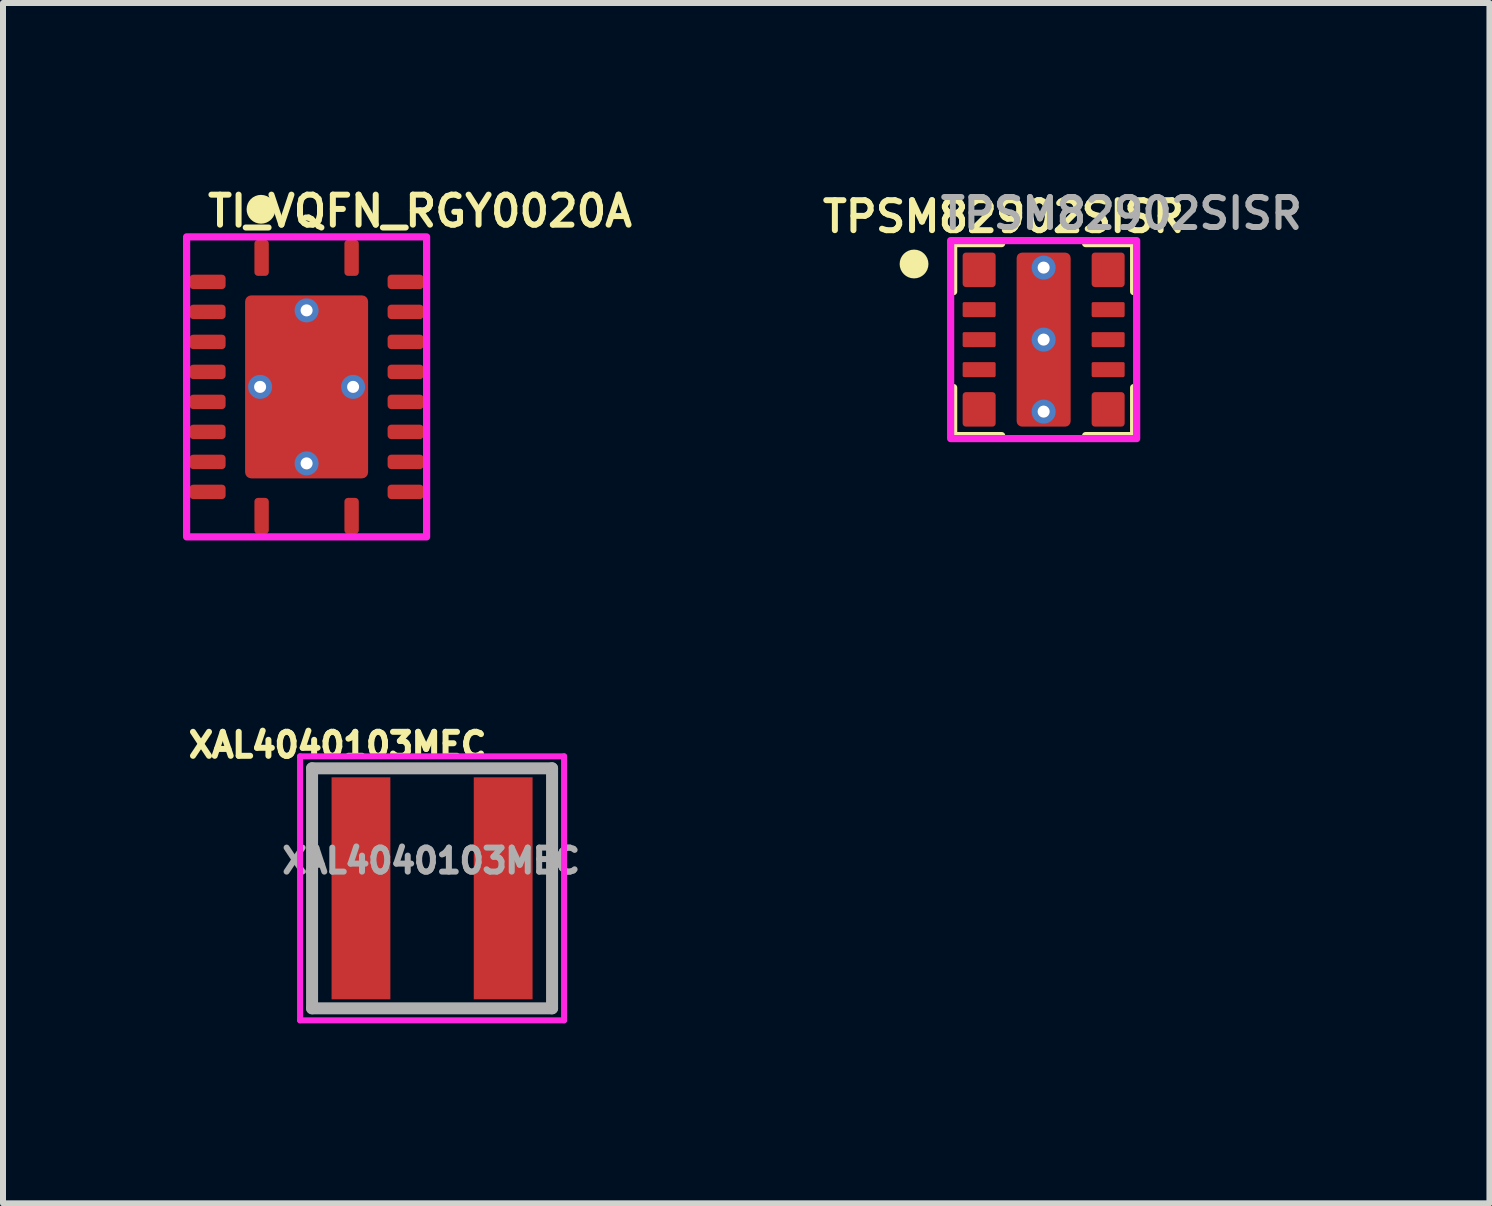
<source format=kicad_pcb>
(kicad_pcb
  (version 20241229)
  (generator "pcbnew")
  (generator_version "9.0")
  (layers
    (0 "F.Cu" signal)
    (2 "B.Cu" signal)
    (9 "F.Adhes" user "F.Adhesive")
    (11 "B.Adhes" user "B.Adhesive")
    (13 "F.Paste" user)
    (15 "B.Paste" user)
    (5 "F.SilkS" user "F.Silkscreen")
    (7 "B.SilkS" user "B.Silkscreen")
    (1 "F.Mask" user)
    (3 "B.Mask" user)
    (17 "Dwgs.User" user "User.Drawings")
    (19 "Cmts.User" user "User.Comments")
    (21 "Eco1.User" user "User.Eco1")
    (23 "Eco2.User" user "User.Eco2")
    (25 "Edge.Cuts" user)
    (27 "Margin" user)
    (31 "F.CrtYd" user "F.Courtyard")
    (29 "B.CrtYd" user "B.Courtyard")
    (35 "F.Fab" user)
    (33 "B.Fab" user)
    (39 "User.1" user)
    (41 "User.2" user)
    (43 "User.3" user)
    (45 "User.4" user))
  (footprint "TPSM82902SISR"
    (layer "F.Cu")
    (at 14.344 2.61)
    (property "Reference" "TPSM82902SISR" (at -0.67 -2.05 0) (unlocked yes) (layer "F.SilkS") (effects (font (size 0.5 0.5) (thickness 0.1) (bold yes))))
    (attr smd)
    (fp_line (start -1.5 -1.6) (end -1.5 -0.8) (stroke (width 0.12) (type default)) (layer "F.SilkS"))
    (fp_line (start -1.5 -1.6) (end -0.7 -1.6) (stroke (width 0.12) (type default)) (layer "F.SilkS"))
    (fp_line (start -1.5 1.6) (end -1.5 0.8) (stroke (width 0.12) (type default)) (layer "F.SilkS"))
    (fp_line (start -1.5 1.6) (end -0.7 1.6) (stroke (width 0.12) (type default)) (layer "F.SilkS"))
    (fp_line (start 1.5 -1.6) (end 0.7 -1.6) (stroke (width 0.12) (type default)) (layer "F.SilkS"))
    (fp_line (start 1.5 -1.6) (end 1.5 -0.8) (stroke (width 0.12) (type default)) (layer "F.SilkS"))
    (fp_line (start 1.5 1.6) (end 0.7 1.6) (stroke (width 0.12) (type default)) (layer "F.SilkS"))
    (fp_line (start 1.5 1.6) (end 1.5 0.8) (stroke (width 0.12) (type default)) (layer "F.SilkS"))
    (fp_circle (center -2.16 -1.26) (end -2.04 -1.26) (stroke (width 0.24) (type default)) (fill no) (layer "F.SilkS"))
    (fp_rect (start -1.55 -1.65) (end 1.55 1.65) (stroke (width 0.12) (type default)) (fill no) (layer "F.CrtYd"))
    (fp_text user "${REFERENCE}" (at -1.77 -1.81 0) (unlocked yes) (layer "F.Fab") (effects (font (size 0.5 0.5) (thickness 0.1) (bold yes)) (justify left bottom)))
    (pad "1" smd roundrect (at -1.075 -1.163) (size 0.55 0.575) (layers "F.Cu" "F.Mask" "F.Paste") (roundrect_rratio 0.1))
    (pad "2" smd roundrect (at -1.075 -0.5) (size 0.55 0.25) (layers "F.Cu" "F.Mask" "F.Paste") (roundrect_rratio 0.1))
    (pad "3" smd roundrect (at -1.075 0) (size 0.55 0.25) (layers "F.Cu" "F.Mask" "F.Paste") (roundrect_rratio 0.1))
    (pad "4" smd roundrect (at -1.075 0.5) (size 0.55 0.25) (layers "F.Cu" "F.Mask" "F.Paste") (roundrect_rratio 0.1))
    (pad "5" smd roundrect (at -1.075 1.163) (size 0.55 0.575) (layers "F.Cu" "F.Mask" "F.Paste") (roundrect_rratio 0.1))
    (pad "6" smd roundrect (at 1.075 1.163) (size 0.55 0.575) (layers "F.Cu" "F.Mask" "F.Paste") (roundrect_rratio 0.1))
    (pad "7" smd roundrect (at 1.075 0.5) (size 0.55 0.25) (layers "F.Cu" "F.Mask" "F.Paste") (roundrect_rratio 0.1))
    (pad "8" smd roundrect (at 1.075 0) (size 0.55 0.25) (layers "F.Cu" "F.Mask" "F.Paste") (roundrect_rratio 0.1))
    (pad "9" smd roundrect (at 1.075 -0.5) (size 0.55 0.25) (layers "F.Cu" "F.Mask" "F.Paste") (roundrect_rratio 0.1))
    (pad "10" smd roundrect (at 1.075 -1.163) (size 0.55 0.575) (layers "F.Cu" "F.Mask" "F.Paste") (roundrect_rratio 0.1))
    (pad "11" thru_hole circle (at 0 -1.2) (size 0.4 0.4) (drill 0.2) (layers "*.Cu" "*.Mask"))
    (pad "11" thru_hole circle (at 0 0) (size 0.4 0.4) (drill 0.2) (layers "*.Cu" "*.Mask"))
    (pad "11" smd roundrect (at 0 0) (size 0.9 2.9) (layers "F.Cu" "F.Mask" "F.Paste") (roundrect_rratio 0.1))
    (pad "11" thru_hole circle (at 0 1.2) (size 0.4 0.4) (drill 0.2) (layers "*.Cu" "*.Mask")))
  (footprint "XAL4040103MEC"
    (layer "F.Cu")
    (at 4.151 11.755)
    (property "Reference" "XAL4040103MEC" (at -1.575 -2.388 0) (layer "F.SilkS") (effects (font (size 0.4 0.4) (thickness 0.1))))
    (attr smd)
    (fp_line (start -2 -2) (end -2 2) (stroke (width 0.1) (type solid)) (layer "F.SilkS"))
    (fp_line (start -0.2 -2) (end 0.2 -2) (stroke (width 0.1) (type solid)) (layer "F.SilkS"))
    (fp_line (start -0.2 2) (end 0.2 2) (stroke (width 0.1) (type solid)) (layer "F.SilkS"))
    (fp_line (start 2 -2) (end 2 2) (stroke (width 0.1) (type solid)) (layer "F.SilkS"))
    (fp_line (start -2.2 -2.2) (end 2.2 -2.2) (stroke (width 0.1) (type solid)) (layer "F.CrtYd"))
    (fp_line (start -2.2 2.2) (end -2.2 -2.2) (stroke (width 0.1) (type solid)) (layer "F.CrtYd"))
    (fp_line (start 2.2 -2.2) (end 2.2 2.2) (stroke (width 0.1) (type solid)) (layer "F.CrtYd"))
    (fp_line (start 2.2 2.2) (end -2.2 2.2) (stroke (width 0.1) (type solid)) (layer "F.CrtYd"))
    (fp_line (start -2 -2) (end 2 -2) (stroke (width 0.2) (type solid)) (layer "F.Fab"))
    (fp_line (start -2 2) (end -2 -2) (stroke (width 0.2) (type solid)) (layer "F.Fab"))
    (fp_line (start 2 -2) (end 2 2) (stroke (width 0.2) (type solid)) (layer "F.Fab"))
    (fp_line (start 2 2) (end -2 2) (stroke (width 0.2) (type solid)) (layer "F.Fab"))
    (fp_text user "${REFERENCE}" (at -0.015 -0.458 0) (layer "F.Fab") (effects (font (size 0.4 0.4) (thickness 0.1))))
    (pad "1" smd rect (at -1.185 0) (size 0.98 3.7) (layers "F.Cu" "F.Mask" "F.Paste"))
    (pad "2" smd rect (at 1.185 0) (size 0.98 3.7) (layers "F.Cu" "F.Mask" "F.Paste")))
  (footprint "TI_VQFN_RGY0020A"
    (layer "F.Cu")
    (at 2.06 3.398)
    (property "Reference" "TI_VQFN_RGY0020A" (at 1.89 -2.93 0) (unlocked yes) (layer "F.SilkS") (effects (font (size 0.5 0.5) (thickness 0.1) (bold yes))))
    (attr smd)
    (fp_circle (center -0.76 -2.96) (end -0.64 -2.96) (stroke (width 0.24) (type default)) (fill no) (layer "F.SilkS"))
    (fp_rect (start -2 -2.5) (end 2 2.5) (stroke (width 0.12) (type default)) (fill no) (layer "F.CrtYd"))
    (pad "1" smd roundrect (at -0.75 -2.15 90) (size 0.6 0.24) (layers "F.Cu" "F.Mask" "F.Paste") (roundrect_rratio 0.25))
    (pad "2" smd roundrect (at -1.65 -1.75) (size 0.6 0.24) (layers "F.Cu" "F.Mask" "F.Paste") (roundrect_rratio 0.25))
    (pad "3" smd roundrect (at -1.65 -1.25) (size 0.6 0.24) (layers "F.Cu" "F.Mask" "F.Paste") (roundrect_rratio 0.25))
    (pad "4" smd roundrect (at -1.65 -0.75) (size 0.6 0.24) (layers "F.Cu" "F.Mask" "F.Paste") (roundrect_rratio 0.25))
    (pad "5" smd roundrect (at -1.65 -0.25) (size 0.6 0.24) (layers "F.Cu" "F.Mask" "F.Paste") (roundrect_rratio 0.25))
    (pad "6" smd roundrect (at -1.65 0.25) (size 0.6 0.24) (layers "F.Cu" "F.Mask" "F.Paste") (roundrect_rratio 0.25))
    (pad "7" smd roundrect (at -1.65 0.75) (size 0.6 0.24) (layers "F.Cu" "F.Mask" "F.Paste") (roundrect_rratio 0.25))
    (pad "8" smd roundrect (at -1.65 1.25) (size 0.6 0.24) (layers "F.Cu" "F.Mask" "F.Paste") (roundrect_rratio 0.25))
    (pad "9" smd roundrect (at -1.65 1.75) (size 0.6 0.24) (layers "F.Cu" "F.Mask" "F.Paste") (roundrect_rratio 0.25))
    (pad "10" smd roundrect (at -0.75 2.15 90) (size 0.6 0.24) (layers "F.Cu" "F.Mask" "F.Paste") (roundrect_rratio 0.25))
    (pad "11" smd roundrect (at 0.75 2.15 90) (size 0.6 0.24) (layers "F.Cu" "F.Mask" "F.Paste") (roundrect_rratio 0.25))
    (pad "12" smd roundrect (at 1.65 1.75 180) (size 0.6 0.24) (layers "F.Cu" "F.Mask" "F.Paste") (roundrect_rratio 0.25))
    (pad "13" smd roundrect (at 1.65 1.25 180) (size 0.6 0.24) (layers "F.Cu" "F.Mask" "F.Paste") (roundrect_rratio 0.25))
    (pad "14" smd roundrect (at 1.65 0.75 180) (size 0.6 0.24) (layers "F.Cu" "F.Mask" "F.Paste") (roundrect_rratio 0.25))
    (pad "15" smd roundrect (at 1.65 0.25 180) (size 0.6 0.24) (layers "F.Cu" "F.Mask" "F.Paste") (roundrect_rratio 0.25))
    (pad "16" smd roundrect (at 1.65 -0.25 180) (size 0.6 0.24) (layers "F.Cu" "F.Mask" "F.Paste") (roundrect_rratio 0.25))
    (pad "17" smd roundrect (at 1.65 -0.75 180) (size 0.6 0.24) (layers "F.Cu" "F.Mask" "F.Paste") (roundrect_rratio 0.25))
    (pad "18" smd roundrect (at 1.65 -1.25 180) (size 0.6 0.24) (layers "F.Cu" "F.Mask" "F.Paste") (roundrect_rratio 0.25))
    (pad "19" smd roundrect (at 1.65 -1.75 180) (size 0.6 0.24) (layers "F.Cu" "F.Mask" "F.Paste") (roundrect_rratio 0.25))
    (pad "20" smd roundrect (at 0.75 -2.15 270) (size 0.6 0.24) (layers "F.Cu" "F.Mask" "F.Paste") (roundrect_rratio 0.25))
    (pad "21" thru_hole circle (at -0.775 0 180) (size 0.4 0.4) (drill 0.2) (layers "*.Cu" "*.Mask"))
    (pad "21" thru_hole circle (at 0 -1.275 180) (size 0.4 0.4) (drill 0.2) (layers "*.Cu" "*.Mask"))
    (pad "21" smd roundrect (at 0 0) (size 2.05 3.05) (layers "F.Cu" "F.Mask" "F.Paste") (roundrect_rratio 0.05))
    (pad "21" thru_hole circle (at 0 1.275 180) (size 0.4 0.4) (drill 0.2) (layers "*.Cu" "*.Mask"))
    (pad "21" thru_hole circle (at 0.775 0 180) (size 0.4 0.4) (drill 0.2) (layers "*.Cu" "*.Mask")))
  (gr_rect
    (start -3 -3)
    (end 21.774 17.005)
    (stroke (width 0.1) (type default))
    (fill no)
    (layer "Edge.Cuts")))
</source>
